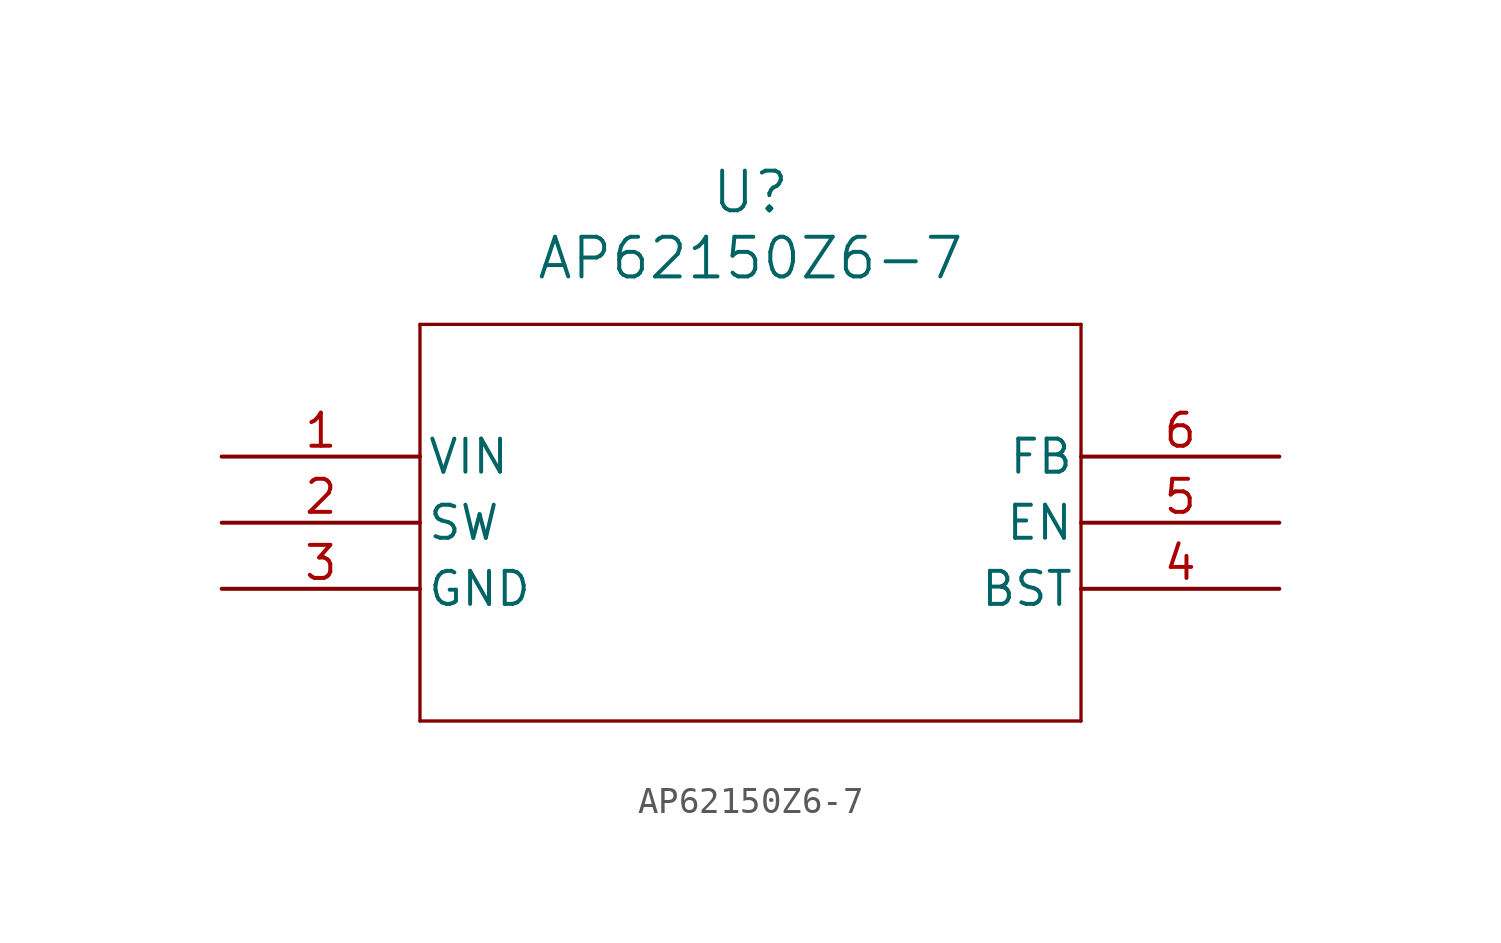
<source format=kicad_sym>
(kicad_symbol_lib
  (version 20211014)
  (generator kicad_symbol_editor)
  (symbol "AP62150Z6-7"
    (pin_names
      (offset 0.254))
    (property "Reference" "U"
      (at 20.32 10.16 0)
      (effects (font (size 1.524 1.524))))
    (property "Value" "AP62150Z6-7"
      (at 20.32 7.62 0)
      (effects (font (size 1.524 1.524))))
    (polyline
      (pts (xy 7.62 5.08) (xy 7.62 -10.16))
      (stroke (width 0.127) (type default) (color 0 0 0 0))
      (fill (type none)))
    (polyline
      (pts (xy 7.62 -10.16) (xy 33.02 -10.16))
      (stroke (width 0.127) (type default) (color 0 0 0 0))
      (fill (type none)))
    (polyline
      (pts (xy 33.02 -10.16) (xy 33.02 5.08))
      (stroke (width 0.127) (type default) (color 0 0 0 0))
      (fill (type none)))
    (polyline
      (pts (xy 33.02 5.08) (xy 7.62 5.08))
      (stroke (width 0.127) (type default) (color 0 0 0 0))
      (fill (type none)))
    (pin power_in line
      (at 0 0 0)
      (length 7.62)
      (name "VIN" (effects (font (size 1.27 1.27))))
      (number "1" (effects (font (size 1.27 1.27)))))
    (pin output line
      (at 0 -2.54 0)
      (length 7.62)
      (name "SW" (effects (font (size 1.27 1.27))))
      (number "2" (effects (font (size 1.27 1.27)))))
    (pin power_out line
      (at 0 -5.08 0)
      (length 7.62)
      (name "GND" (effects (font (size 1.27 1.27))))
      (number "3" (effects (font (size 1.27 1.27)))))
    (pin power_in line
      (at 40.64 -5.08 180)
      (length 7.62)
      (name "BST" (effects (font (size 1.27 1.27))))
      (number "4" (effects (font (size 1.27 1.27)))))
    (pin input line
      (at 40.64 -2.54 180)
      (length 7.62)
      (name "EN" (effects (font (size 1.27 1.27))))
      (number "5" (effects (font (size 1.27 1.27)))))
    (pin input line
      (at 40.64 0 180)
      (length 7.62)
      (name "FB" (effects (font (size 1.27 1.27))))
      (number "6" (effects (font (size 1.27 1.27)))))))
</source>
